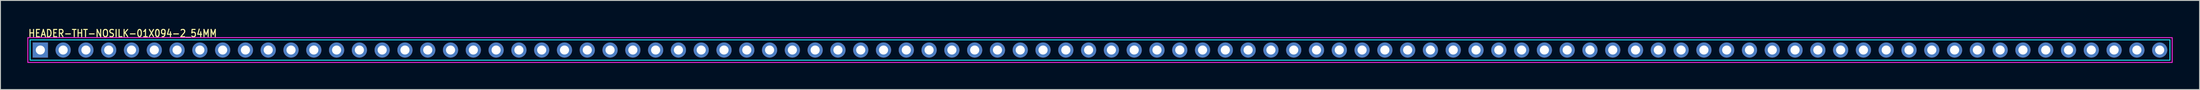
<source format=kicad_pcb>
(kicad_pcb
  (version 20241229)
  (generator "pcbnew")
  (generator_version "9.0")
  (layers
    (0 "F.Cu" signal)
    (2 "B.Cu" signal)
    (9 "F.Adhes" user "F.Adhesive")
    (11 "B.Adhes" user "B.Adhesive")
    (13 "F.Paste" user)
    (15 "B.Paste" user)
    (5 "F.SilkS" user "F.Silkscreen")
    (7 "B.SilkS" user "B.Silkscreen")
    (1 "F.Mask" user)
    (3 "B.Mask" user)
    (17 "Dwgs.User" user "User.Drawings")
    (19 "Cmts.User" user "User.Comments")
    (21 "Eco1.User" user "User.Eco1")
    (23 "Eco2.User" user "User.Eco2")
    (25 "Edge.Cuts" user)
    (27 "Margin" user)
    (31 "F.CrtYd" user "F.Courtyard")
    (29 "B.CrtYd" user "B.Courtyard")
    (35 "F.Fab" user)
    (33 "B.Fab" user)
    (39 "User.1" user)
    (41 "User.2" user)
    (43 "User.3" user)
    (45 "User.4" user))
  (footprint "HEADER-THT-NOSILK-01X094-2_54MM"
    (layer "F.Cu")
    (at 1.447 2.579)
    (property "Reference" "HEADER-THT-NOSILK-01X094-2_54MM" (at -1.4 -1.4 0) (unlocked yes) (layer "F.SilkS") (effects (font (size 0.813 0.695) (thickness 0.122)) (justify left bottom)))
    (fp_poly (pts (xy -1.143 -1.143) (xy 237.363 -1.143) (xy 237.363 1.143) (xy -1.143 1.143)) (stroke (width 0.1) (type solid)) (fill no) (layer "B.CrtYd"))
    (fp_poly (pts (xy -1.397 -1.397) (xy 237.617 -1.397) (xy 237.617 1.397) (xy -1.397 1.397)) (stroke (width 0.1) (type solid)) (fill no) (layer "F.CrtYd"))
    (pad "P$1" thru_hole rect (at 0 0) (size 1.693 1.693) (drill 1.016) (layers "*.Cu" "*.Mask"))
    (pad "P$2" thru_hole oval (at 2.54 0) (size 1.693 1.693) (drill 1.016) (layers "*.Cu" "*.Mask"))
    (pad "P$3" thru_hole oval (at 5.08 0) (size 1.693 1.693) (drill 1.016) (layers "*.Cu" "*.Mask"))
    (pad "P$4" thru_hole oval (at 7.62 0) (size 1.693 1.693) (drill 1.016) (layers "*.Cu" "*.Mask"))
    (pad "P$5" thru_hole oval (at 10.16 0) (size 1.693 1.693) (drill 1.016) (layers "*.Cu" "*.Mask"))
    (pad "P$6" thru_hole oval (at 12.7 0) (size 1.693 1.693) (drill 1.016) (layers "*.Cu" "*.Mask"))
    (pad "P$7" thru_hole oval (at 15.24 0) (size 1.693 1.693) (drill 1.016) (layers "*.Cu" "*.Mask"))
    (pad "P$8" thru_hole oval (at 17.78 0) (size 1.693 1.693) (drill 1.016) (layers "*.Cu" "*.Mask"))
    (pad "P$9" thru_hole oval (at 20.32 0) (size 1.693 1.693) (drill 1.016) (layers "*.Cu" "*.Mask"))
    (pad "P$10" thru_hole oval (at 22.86 0) (size 1.693 1.693) (drill 1.016) (layers "*.Cu" "*.Mask"))
    (pad "P$11" thru_hole oval (at 25.4 0) (size 1.693 1.693) (drill 1.016) (layers "*.Cu" "*.Mask"))
    (pad "P$12" thru_hole oval (at 27.94 0) (size 1.693 1.693) (drill 1.016) (layers "*.Cu" "*.Mask"))
    (pad "P$13" thru_hole oval (at 30.48 0) (size 1.693 1.693) (drill 1.016) (layers "*.Cu" "*.Mask"))
    (pad "P$14" thru_hole oval (at 33.02 0) (size 1.693 1.693) (drill 1.016) (layers "*.Cu" "*.Mask"))
    (pad "P$15" thru_hole oval (at 35.56 0) (size 1.693 1.693) (drill 1.016) (layers "*.Cu" "*.Mask"))
    (pad "P$16" thru_hole oval (at 38.1 0) (size 1.693 1.693) (drill 1.016) (layers "*.Cu" "*.Mask"))
    (pad "P$17" thru_hole oval (at 40.64 0) (size 1.693 1.693) (drill 1.016) (layers "*.Cu" "*.Mask"))
    (pad "P$18" thru_hole oval (at 43.18 0) (size 1.693 1.693) (drill 1.016) (layers "*.Cu" "*.Mask"))
    (pad "P$19" thru_hole oval (at 45.72 0) (size 1.693 1.693) (drill 1.016) (layers "*.Cu" "*.Mask"))
    (pad "P$20" thru_hole oval (at 48.26 0) (size 1.693 1.693) (drill 1.016) (layers "*.Cu" "*.Mask"))
    (pad "P$21" thru_hole oval (at 50.8 0) (size 1.693 1.693) (drill 1.016) (layers "*.Cu" "*.Mask"))
    (pad "P$22" thru_hole oval (at 53.34 0) (size 1.693 1.693) (drill 1.016) (layers "*.Cu" "*.Mask"))
    (pad "P$23" thru_hole oval (at 55.88 0) (size 1.693 1.693) (drill 1.016) (layers "*.Cu" "*.Mask"))
    (pad "P$24" thru_hole oval (at 58.42 0) (size 1.693 1.693) (drill 1.016) (layers "*.Cu" "*.Mask"))
    (pad "P$25" thru_hole oval (at 60.96 0) (size 1.693 1.693) (drill 1.016) (layers "*.Cu" "*.Mask"))
    (pad "P$26" thru_hole oval (at 63.5 0) (size 1.693 1.693) (drill 1.016) (layers "*.Cu" "*.Mask"))
    (pad "P$27" thru_hole oval (at 66.04 0) (size 1.693 1.693) (drill 1.016) (layers "*.Cu" "*.Mask"))
    (pad "P$28" thru_hole oval (at 68.58 0) (size 1.693 1.693) (drill 1.016) (layers "*.Cu" "*.Mask"))
    (pad "P$29" thru_hole oval (at 71.12 0) (size 1.693 1.693) (drill 1.016) (layers "*.Cu" "*.Mask"))
    (pad "P$30" thru_hole oval (at 73.66 0) (size 1.693 1.693) (drill 1.016) (layers "*.Cu" "*.Mask"))
    (pad "P$31" thru_hole oval (at 76.2 0) (size 1.693 1.693) (drill 1.016) (layers "*.Cu" "*.Mask"))
    (pad "P$32" thru_hole oval (at 78.74 0) (size 1.693 1.693) (drill 1.016) (layers "*.Cu" "*.Mask"))
    (pad "P$33" thru_hole oval (at 81.28 0) (size 1.693 1.693) (drill 1.016) (layers "*.Cu" "*.Mask"))
    (pad "P$34" thru_hole oval (at 83.82 0) (size 1.693 1.693) (drill 1.016) (layers "*.Cu" "*.Mask"))
    (pad "P$35" thru_hole oval (at 86.36 0) (size 1.693 1.693) (drill 1.016) (layers "*.Cu" "*.Mask"))
    (pad "P$36" thru_hole oval (at 88.9 0) (size 1.693 1.693) (drill 1.016) (layers "*.Cu" "*.Mask"))
    (pad "P$37" thru_hole oval (at 91.44 0) (size 1.693 1.693) (drill 1.016) (layers "*.Cu" "*.Mask"))
    (pad "P$38" thru_hole oval (at 93.98 0) (size 1.693 1.693) (drill 1.016) (layers "*.Cu" "*.Mask"))
    (pad "P$39" thru_hole oval (at 96.52 0) (size 1.693 1.693) (drill 1.016) (layers "*.Cu" "*.Mask"))
    (pad "P$40" thru_hole oval (at 99.06 0) (size 1.693 1.693) (drill 1.016) (layers "*.Cu" "*.Mask"))
    (pad "P$41" thru_hole oval (at 101.6 0) (size 1.693 1.693) (drill 1.016) (layers "*.Cu" "*.Mask"))
    (pad "P$42" thru_hole oval (at 104.14 0) (size 1.693 1.693) (drill 1.016) (layers "*.Cu" "*.Mask"))
    (pad "P$43" thru_hole oval (at 106.68 0) (size 1.693 1.693) (drill 1.016) (layers "*.Cu" "*.Mask"))
    (pad "P$44" thru_hole oval (at 109.22 0) (size 1.693 1.693) (drill 1.016) (layers "*.Cu" "*.Mask"))
    (pad "P$45" thru_hole oval (at 111.76 0) (size 1.693 1.693) (drill 1.016) (layers "*.Cu" "*.Mask"))
    (pad "P$46" thru_hole oval (at 114.3 0) (size 1.693 1.693) (drill 1.016) (layers "*.Cu" "*.Mask"))
    (pad "P$47" thru_hole oval (at 116.84 0) (size 1.693 1.693) (drill 1.016) (layers "*.Cu" "*.Mask"))
    (pad "P$48" thru_hole oval (at 119.38 0) (size 1.693 1.693) (drill 1.016) (layers "*.Cu" "*.Mask"))
    (pad "P$49" thru_hole oval (at 121.92 0) (size 1.693 1.693) (drill 1.016) (layers "*.Cu" "*.Mask"))
    (pad "P$50" thru_hole oval (at 124.46 0) (size 1.693 1.693) (drill 1.016) (layers "*.Cu" "*.Mask"))
    (pad "P$51" thru_hole oval (at 127 0) (size 1.693 1.693) (drill 1.016) (layers "*.Cu" "*.Mask"))
    (pad "P$52" thru_hole oval (at 129.54 0) (size 1.693 1.693) (drill 1.016) (layers "*.Cu" "*.Mask"))
    (pad "P$53" thru_hole oval (at 132.08 0) (size 1.693 1.693) (drill 1.016) (layers "*.Cu" "*.Mask"))
    (pad "P$54" thru_hole oval (at 134.62 0) (size 1.693 1.693) (drill 1.016) (layers "*.Cu" "*.Mask"))
    (pad "P$55" thru_hole oval (at 137.16 0) (size 1.693 1.693) (drill 1.016) (layers "*.Cu" "*.Mask"))
    (pad "P$56" thru_hole oval (at 139.7 0) (size 1.693 1.693) (drill 1.016) (layers "*.Cu" "*.Mask"))
    (pad "P$57" thru_hole oval (at 142.24 0) (size 1.693 1.693) (drill 1.016) (layers "*.Cu" "*.Mask"))
    (pad "P$58" thru_hole oval (at 144.78 0) (size 1.693 1.693) (drill 1.016) (layers "*.Cu" "*.Mask"))
    (pad "P$59" thru_hole oval (at 147.32 0) (size 1.693 1.693) (drill 1.016) (layers "*.Cu" "*.Mask"))
    (pad "P$60" thru_hole oval (at 149.86 0) (size 1.693 1.693) (drill 1.016) (layers "*.Cu" "*.Mask"))
    (pad "P$61" thru_hole oval (at 152.4 0) (size 1.693 1.693) (drill 1.016) (layers "*.Cu" "*.Mask"))
    (pad "P$62" thru_hole oval (at 154.94 0) (size 1.693 1.693) (drill 1.016) (layers "*.Cu" "*.Mask"))
    (pad "P$63" thru_hole oval (at 157.48 0) (size 1.693 1.693) (drill 1.016) (layers "*.Cu" "*.Mask"))
    (pad "P$64" thru_hole oval (at 160.02 0) (size 1.693 1.693) (drill 1.016) (layers "*.Cu" "*.Mask"))
    (pad "P$65" thru_hole oval (at 162.56 0) (size 1.693 1.693) (drill 1.016) (layers "*.Cu" "*.Mask"))
    (pad "P$66" thru_hole oval (at 165.1 0) (size 1.693 1.693) (drill 1.016) (layers "*.Cu" "*.Mask"))
    (pad "P$67" thru_hole oval (at 167.64 0) (size 1.693 1.693) (drill 1.016) (layers "*.Cu" "*.Mask"))
    (pad "P$68" thru_hole oval (at 170.18 0) (size 1.693 1.693) (drill 1.016) (layers "*.Cu" "*.Mask"))
    (pad "P$69" thru_hole oval (at 172.72 0) (size 1.693 1.693) (drill 1.016) (layers "*.Cu" "*.Mask"))
    (pad "P$70" thru_hole oval (at 175.26 0) (size 1.693 1.693) (drill 1.016) (layers "*.Cu" "*.Mask"))
    (pad "P$71" thru_hole oval (at 177.8 0) (size 1.693 1.693) (drill 1.016) (layers "*.Cu" "*.Mask"))
    (pad "P$72" thru_hole oval (at 180.34 0) (size 1.693 1.693) (drill 1.016) (layers "*.Cu" "*.Mask"))
    (pad "P$73" thru_hole oval (at 182.88 0) (size 1.693 1.693) (drill 1.016) (layers "*.Cu" "*.Mask"))
    (pad "P$74" thru_hole oval (at 185.42 0) (size 1.693 1.693) (drill 1.016) (layers "*.Cu" "*.Mask"))
    (pad "P$75" thru_hole oval (at 187.96 0) (size 1.693 1.693) (drill 1.016) (layers "*.Cu" "*.Mask"))
    (pad "P$76" thru_hole oval (at 190.5 0) (size 1.693 1.693) (drill 1.016) (layers "*.Cu" "*.Mask"))
    (pad "P$77" thru_hole oval (at 193.04 0) (size 1.693 1.693) (drill 1.016) (layers "*.Cu" "*.Mask"))
    (pad "P$78" thru_hole oval (at 195.58 0) (size 1.693 1.693) (drill 1.016) (layers "*.Cu" "*.Mask"))
    (pad "P$79" thru_hole oval (at 198.12 0) (size 1.693 1.693) (drill 1.016) (layers "*.Cu" "*.Mask"))
    (pad "P$80" thru_hole oval (at 200.66 0) (size 1.693 1.693) (drill 1.016) (layers "*.Cu" "*.Mask"))
    (pad "P$81" thru_hole oval (at 203.2 0) (size 1.693 1.693) (drill 1.016) (layers "*.Cu" "*.Mask"))
    (pad "P$82" thru_hole oval (at 205.74 0) (size 1.693 1.693) (drill 1.016) (layers "*.Cu" "*.Mask"))
    (pad "P$83" thru_hole oval (at 208.28 0) (size 1.693 1.693) (drill 1.016) (layers "*.Cu" "*.Mask"))
    (pad "P$84" thru_hole oval (at 210.82 0) (size 1.693 1.693) (drill 1.016) (layers "*.Cu" "*.Mask"))
    (pad "P$85" thru_hole oval (at 213.36 0) (size 1.693 1.693) (drill 1.016) (layers "*.Cu" "*.Mask"))
    (pad "P$86" thru_hole oval (at 215.9 0) (size 1.693 1.693) (drill 1.016) (layers "*.Cu" "*.Mask"))
    (pad "P$87" thru_hole oval (at 218.44 0) (size 1.693 1.693) (drill 1.016) (layers "*.Cu" "*.Mask"))
    (pad "P$88" thru_hole oval (at 220.98 0) (size 1.693 1.693) (drill 1.016) (layers "*.Cu" "*.Mask"))
    (pad "P$89" thru_hole oval (at 223.52 0) (size 1.693 1.693) (drill 1.016) (layers "*.Cu" "*.Mask"))
    (pad "P$90" thru_hole oval (at 226.06 0) (size 1.693 1.693) (drill 1.016) (layers "*.Cu" "*.Mask"))
    (pad "P$91" thru_hole oval (at 228.6 0) (size 1.693 1.693) (drill 1.016) (layers "*.Cu" "*.Mask"))
    (pad "P$92" thru_hole oval (at 231.14 0) (size 1.693 1.693) (drill 1.016) (layers "*.Cu" "*.Mask"))
    (pad "P$93" thru_hole oval (at 233.68 0) (size 1.693 1.693) (drill 1.016) (layers "*.Cu" "*.Mask"))
    (pad "P$94" thru_hole oval (at 236.22 0) (size 1.693 1.693) (drill 1.016) (layers "*.Cu" "*.Mask")))
  (gr_rect
    (start -3 -3)
    (end 242.114 7.026)
    (stroke (width 0.1) (type default))
    (fill no)
    (layer "Edge.Cuts")))
</source>
